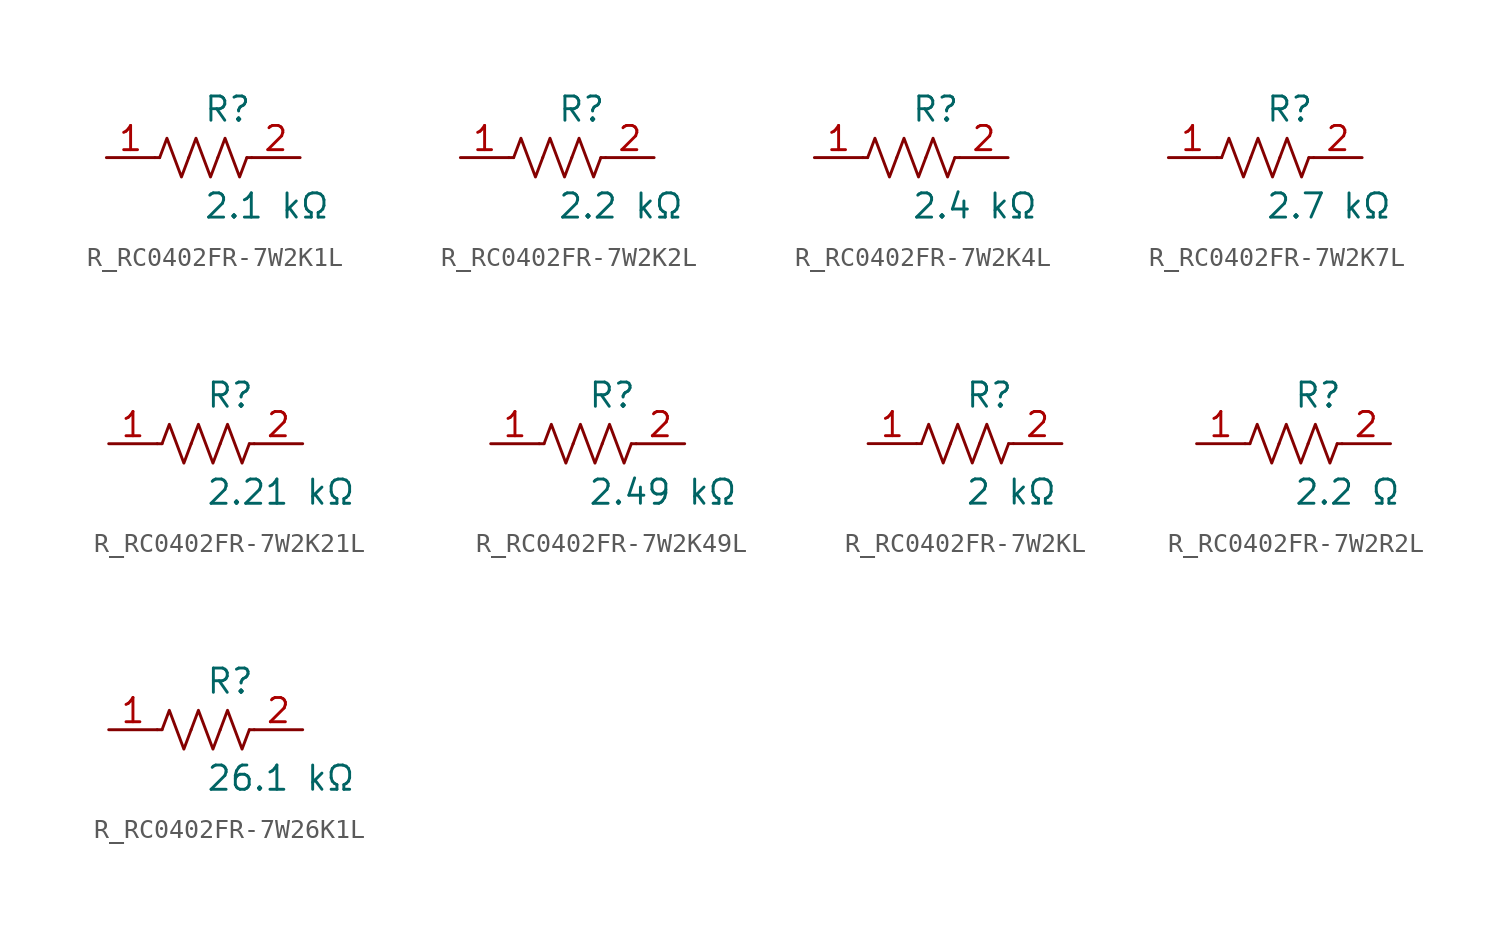
<source format=kicad_sym>
(kicad_symbol_lib
  (version 20231120)
  (generator kicad_symbol_editor)
  (generator_version 8.0)
  (symbol "R_RC0402FR-7W2K1L"
    (pin_names
      (offset 0.254))
    (property "Reference" "R"
      (at 0 2.54 0)
      (effects (font (size 1.27 1.27)) (justify left)))
    (property "Value" "2.1 kΩ"
      (at 0 -2.54 0)
      (effects (font (size 1.27 1.27)) (justify left)))
    (symbol "R_RC0402FR-7W2K1L_0_1"
      (polyline (pts (xy 2.286 0) (xy 2.54 0)) (stroke (width 0) (type default)) (fill (type none)))
      (polyline (pts (xy -2.286 0) (xy -2.54 0)) (stroke (width 0) (type default)) (fill (type none)))
      (polyline (pts (xy 0.762 0) (xy 1.143 1.016) (xy 1.524 0) (xy 1.905 -1.016) (xy 2.286 0)) (stroke (width 0) (type default)) (fill (type none)))
      (polyline (pts (xy -0.762 0) (xy -0.381 1.016) (xy 0 0) (xy 0.381 -1.016) (xy 0.762 0)) (stroke (width 0) (type default)) (fill (type none)))
      (polyline (pts (xy -2.286 0) (xy -1.905 1.016) (xy -1.524 0) (xy -1.143 -1.016) (xy -0.762 0)) (stroke (width 0) (type default)) (fill (type none))))
    (pin passive line
      (at -5.08 0 0)
      (length 2.54)
      (name "" (effects (font (size 1.27 1.27))))
      (number "1" (effects (font (size 1.27 1.27)))))
    (pin passive line
      (at 5.08 0 180)
      (length 2.54)
      (name "" (effects (font (size 1.27 1.27))))
      (number "2" (effects (font (size 1.27 1.27))))))
  (symbol "R_RC0402FR-7W2K2L"
    (pin_names
      (offset 0.254))
    (property "Reference" "R"
      (at 0 2.54 0)
      (effects (font (size 1.27 1.27)) (justify left)))
    (property "Value" "2.2 kΩ"
      (at 0 -2.54 0)
      (effects (font (size 1.27 1.27)) (justify left)))
    (symbol "R_RC0402FR-7W2K2L_0_1"
      (polyline (pts (xy 2.286 0) (xy 2.54 0)) (stroke (width 0) (type default)) (fill (type none)))
      (polyline (pts (xy -2.286 0) (xy -2.54 0)) (stroke (width 0) (type default)) (fill (type none)))
      (polyline (pts (xy 0.762 0) (xy 1.143 1.016) (xy 1.524 0) (xy 1.905 -1.016) (xy 2.286 0)) (stroke (width 0) (type default)) (fill (type none)))
      (polyline (pts (xy -0.762 0) (xy -0.381 1.016) (xy 0 0) (xy 0.381 -1.016) (xy 0.762 0)) (stroke (width 0) (type default)) (fill (type none)))
      (polyline (pts (xy -2.286 0) (xy -1.905 1.016) (xy -1.524 0) (xy -1.143 -1.016) (xy -0.762 0)) (stroke (width 0) (type default)) (fill (type none))))
    (pin passive line
      (at -5.08 0 0)
      (length 2.54)
      (name "" (effects (font (size 1.27 1.27))))
      (number "1" (effects (font (size 1.27 1.27)))))
    (pin passive line
      (at 5.08 0 180)
      (length 2.54)
      (name "" (effects (font (size 1.27 1.27))))
      (number "2" (effects (font (size 1.27 1.27))))))
  (symbol "R_RC0402FR-7W2K4L"
    (pin_names
      (offset 0.254))
    (property "Reference" "R"
      (at 0 2.54 0)
      (effects (font (size 1.27 1.27)) (justify left)))
    (property "Value" "2.4 kΩ"
      (at 0 -2.54 0)
      (effects (font (size 1.27 1.27)) (justify left)))
    (symbol "R_RC0402FR-7W2K4L_0_1"
      (polyline (pts (xy 2.286 0) (xy 2.54 0)) (stroke (width 0) (type default)) (fill (type none)))
      (polyline (pts (xy -2.286 0) (xy -2.54 0)) (stroke (width 0) (type default)) (fill (type none)))
      (polyline (pts (xy 0.762 0) (xy 1.143 1.016) (xy 1.524 0) (xy 1.905 -1.016) (xy 2.286 0)) (stroke (width 0) (type default)) (fill (type none)))
      (polyline (pts (xy -0.762 0) (xy -0.381 1.016) (xy 0 0) (xy 0.381 -1.016) (xy 0.762 0)) (stroke (width 0) (type default)) (fill (type none)))
      (polyline (pts (xy -2.286 0) (xy -1.905 1.016) (xy -1.524 0) (xy -1.143 -1.016) (xy -0.762 0)) (stroke (width 0) (type default)) (fill (type none))))
    (pin passive line
      (at -5.08 0 0)
      (length 2.54)
      (name "" (effects (font (size 1.27 1.27))))
      (number "1" (effects (font (size 1.27 1.27)))))
    (pin passive line
      (at 5.08 0 180)
      (length 2.54)
      (name "" (effects (font (size 1.27 1.27))))
      (number "2" (effects (font (size 1.27 1.27))))))
  (symbol "R_RC0402FR-7W2K7L"
    (pin_names
      (offset 0.254))
    (property "Reference" "R"
      (at 0 2.54 0)
      (effects (font (size 1.27 1.27)) (justify left)))
    (property "Value" "2.7 kΩ"
      (at 0 -2.54 0)
      (effects (font (size 1.27 1.27)) (justify left)))
    (symbol "R_RC0402FR-7W2K7L_0_1"
      (polyline (pts (xy 2.286 0) (xy 2.54 0)) (stroke (width 0) (type default)) (fill (type none)))
      (polyline (pts (xy -2.286 0) (xy -2.54 0)) (stroke (width 0) (type default)) (fill (type none)))
      (polyline (pts (xy 0.762 0) (xy 1.143 1.016) (xy 1.524 0) (xy 1.905 -1.016) (xy 2.286 0)) (stroke (width 0) (type default)) (fill (type none)))
      (polyline (pts (xy -0.762 0) (xy -0.381 1.016) (xy 0 0) (xy 0.381 -1.016) (xy 0.762 0)) (stroke (width 0) (type default)) (fill (type none)))
      (polyline (pts (xy -2.286 0) (xy -1.905 1.016) (xy -1.524 0) (xy -1.143 -1.016) (xy -0.762 0)) (stroke (width 0) (type default)) (fill (type none))))
    (pin passive line
      (at -5.08 0 0)
      (length 2.54)
      (name "" (effects (font (size 1.27 1.27))))
      (number "1" (effects (font (size 1.27 1.27)))))
    (pin passive line
      (at 5.08 0 180)
      (length 2.54)
      (name "" (effects (font (size 1.27 1.27))))
      (number "2" (effects (font (size 1.27 1.27))))))
  (symbol "R_RC0402FR-7W2K21L"
    (pin_names
      (offset 0.254))
    (property "Reference" "R"
      (at 0 2.54 0)
      (effects (font (size 1.27 1.27)) (justify left)))
    (property "Value" "2.21 kΩ"
      (at 0 -2.54 0)
      (effects (font (size 1.27 1.27)) (justify left)))
    (symbol "R_RC0402FR-7W2K21L_0_1"
      (polyline (pts (xy 2.286 0) (xy 2.54 0)) (stroke (width 0) (type default)) (fill (type none)))
      (polyline (pts (xy -2.286 0) (xy -2.54 0)) (stroke (width 0) (type default)) (fill (type none)))
      (polyline (pts (xy 0.762 0) (xy 1.143 1.016) (xy 1.524 0) (xy 1.905 -1.016) (xy 2.286 0)) (stroke (width 0) (type default)) (fill (type none)))
      (polyline (pts (xy -0.762 0) (xy -0.381 1.016) (xy 0 0) (xy 0.381 -1.016) (xy 0.762 0)) (stroke (width 0) (type default)) (fill (type none)))
      (polyline (pts (xy -2.286 0) (xy -1.905 1.016) (xy -1.524 0) (xy -1.143 -1.016) (xy -0.762 0)) (stroke (width 0) (type default)) (fill (type none))))
    (pin passive line
      (at -5.08 0 0)
      (length 2.54)
      (name "" (effects (font (size 1.27 1.27))))
      (number "1" (effects (font (size 1.27 1.27)))))
    (pin passive line
      (at 5.08 0 180)
      (length 2.54)
      (name "" (effects (font (size 1.27 1.27))))
      (number "2" (effects (font (size 1.27 1.27))))))
  (symbol "R_RC0402FR-7W2K49L"
    (pin_names
      (offset 0.254))
    (property "Reference" "R"
      (at 0 2.54 0)
      (effects (font (size 1.27 1.27)) (justify left)))
    (property "Value" "2.49 kΩ"
      (at 0 -2.54 0)
      (effects (font (size 1.27 1.27)) (justify left)))
    (symbol "R_RC0402FR-7W2K49L_0_1"
      (polyline (pts (xy 2.286 0) (xy 2.54 0)) (stroke (width 0) (type default)) (fill (type none)))
      (polyline (pts (xy -2.286 0) (xy -2.54 0)) (stroke (width 0) (type default)) (fill (type none)))
      (polyline (pts (xy 0.762 0) (xy 1.143 1.016) (xy 1.524 0) (xy 1.905 -1.016) (xy 2.286 0)) (stroke (width 0) (type default)) (fill (type none)))
      (polyline (pts (xy -0.762 0) (xy -0.381 1.016) (xy 0 0) (xy 0.381 -1.016) (xy 0.762 0)) (stroke (width 0) (type default)) (fill (type none)))
      (polyline (pts (xy -2.286 0) (xy -1.905 1.016) (xy -1.524 0) (xy -1.143 -1.016) (xy -0.762 0)) (stroke (width 0) (type default)) (fill (type none))))
    (pin passive line
      (at -5.08 0 0)
      (length 2.54)
      (name "" (effects (font (size 1.27 1.27))))
      (number "1" (effects (font (size 1.27 1.27)))))
    (pin passive line
      (at 5.08 0 180)
      (length 2.54)
      (name "" (effects (font (size 1.27 1.27))))
      (number "2" (effects (font (size 1.27 1.27))))))
  (symbol "R_RC0402FR-7W2KL"
    (pin_names
      (offset 0.254))
    (property "Reference" "R"
      (at 0 2.54 0)
      (effects (font (size 1.27 1.27)) (justify left)))
    (property "Value" "2 kΩ"
      (at 0 -2.54 0)
      (effects (font (size 1.27 1.27)) (justify left)))
    (symbol "R_RC0402FR-7W2KL_0_1"
      (polyline (pts (xy 2.286 0) (xy 2.54 0)) (stroke (width 0) (type default)) (fill (type none)))
      (polyline (pts (xy -2.286 0) (xy -2.54 0)) (stroke (width 0) (type default)) (fill (type none)))
      (polyline (pts (xy 0.762 0) (xy 1.143 1.016) (xy 1.524 0) (xy 1.905 -1.016) (xy 2.286 0)) (stroke (width 0) (type default)) (fill (type none)))
      (polyline (pts (xy -0.762 0) (xy -0.381 1.016) (xy 0 0) (xy 0.381 -1.016) (xy 0.762 0)) (stroke (width 0) (type default)) (fill (type none)))
      (polyline (pts (xy -2.286 0) (xy -1.905 1.016) (xy -1.524 0) (xy -1.143 -1.016) (xy -0.762 0)) (stroke (width 0) (type default)) (fill (type none))))
    (pin passive line
      (at -5.08 0 0)
      (length 2.54)
      (name "" (effects (font (size 1.27 1.27))))
      (number "1" (effects (font (size 1.27 1.27)))))
    (pin passive line
      (at 5.08 0 180)
      (length 2.54)
      (name "" (effects (font (size 1.27 1.27))))
      (number "2" (effects (font (size 1.27 1.27))))))
  (symbol "R_RC0402FR-7W2R2L"
    (pin_names
      (offset 0.254))
    (property "Reference" "R"
      (at 0 2.54 0)
      (effects (font (size 1.27 1.27)) (justify left)))
    (property "Value" "2.2 Ω"
      (at 0 -2.54 0)
      (effects (font (size 1.27 1.27)) (justify left)))
    (symbol "R_RC0402FR-7W2R2L_0_1"
      (polyline (pts (xy 2.286 0) (xy 2.54 0)) (stroke (width 0) (type default)) (fill (type none)))
      (polyline (pts (xy -2.286 0) (xy -2.54 0)) (stroke (width 0) (type default)) (fill (type none)))
      (polyline (pts (xy 0.762 0) (xy 1.143 1.016) (xy 1.524 0) (xy 1.905 -1.016) (xy 2.286 0)) (stroke (width 0) (type default)) (fill (type none)))
      (polyline (pts (xy -0.762 0) (xy -0.381 1.016) (xy 0 0) (xy 0.381 -1.016) (xy 0.762 0)) (stroke (width 0) (type default)) (fill (type none)))
      (polyline (pts (xy -2.286 0) (xy -1.905 1.016) (xy -1.524 0) (xy -1.143 -1.016) (xy -0.762 0)) (stroke (width 0) (type default)) (fill (type none))))
    (pin passive line
      (at -5.08 0 0)
      (length 2.54)
      (name "" (effects (font (size 1.27 1.27))))
      (number "1" (effects (font (size 1.27 1.27)))))
    (pin passive line
      (at 5.08 0 180)
      (length 2.54)
      (name "" (effects (font (size 1.27 1.27))))
      (number "2" (effects (font (size 1.27 1.27))))))
  (symbol "R_RC0402FR-7W26K1L"
    (pin_names
      (offset 0.254))
    (property "Reference" "R"
      (at 0 2.54 0)
      (effects (font (size 1.27 1.27)) (justify left)))
    (property "Value" "26.1 kΩ"
      (at 0 -2.54 0)
      (effects (font (size 1.27 1.27)) (justify left)))
    (symbol "R_RC0402FR-7W26K1L_0_1"
      (polyline (pts (xy 2.286 0) (xy 2.54 0)) (stroke (width 0) (type default)) (fill (type none)))
      (polyline (pts (xy -2.286 0) (xy -2.54 0)) (stroke (width 0) (type default)) (fill (type none)))
      (polyline (pts (xy 0.762 0) (xy 1.143 1.016) (xy 1.524 0) (xy 1.905 -1.016) (xy 2.286 0)) (stroke (width 0) (type default)) (fill (type none)))
      (polyline (pts (xy -0.762 0) (xy -0.381 1.016) (xy 0 0) (xy 0.381 -1.016) (xy 0.762 0)) (stroke (width 0) (type default)) (fill (type none)))
      (polyline (pts (xy -2.286 0) (xy -1.905 1.016) (xy -1.524 0) (xy -1.143 -1.016) (xy -0.762 0)) (stroke (width 0) (type default)) (fill (type none))))
    (pin passive line
      (at -5.08 0 0)
      (length 2.54)
      (name "" (effects (font (size 1.27 1.27))))
      (number "1" (effects (font (size 1.27 1.27)))))
    (pin passive line
      (at 5.08 0 180)
      (length 2.54)
      (name "" (effects (font (size 1.27 1.27))))
      (number "2" (effects (font (size 1.27 1.27)))))))
</source>
